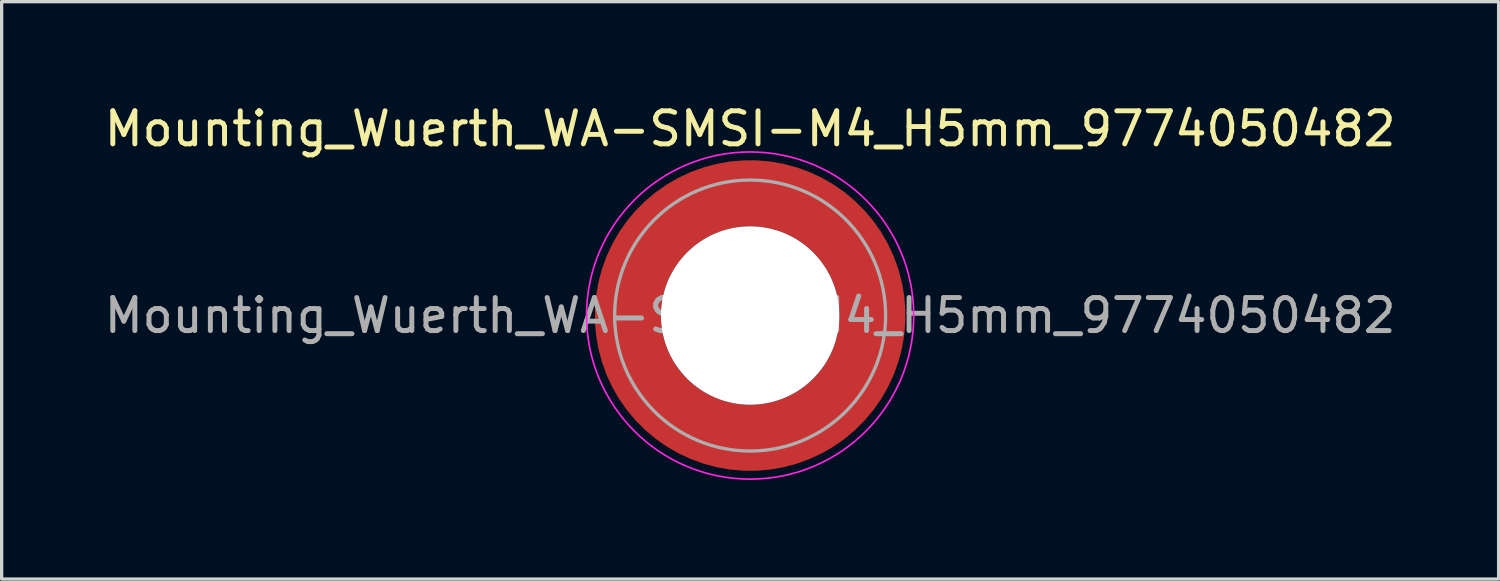
<source format=kicad_pcb>
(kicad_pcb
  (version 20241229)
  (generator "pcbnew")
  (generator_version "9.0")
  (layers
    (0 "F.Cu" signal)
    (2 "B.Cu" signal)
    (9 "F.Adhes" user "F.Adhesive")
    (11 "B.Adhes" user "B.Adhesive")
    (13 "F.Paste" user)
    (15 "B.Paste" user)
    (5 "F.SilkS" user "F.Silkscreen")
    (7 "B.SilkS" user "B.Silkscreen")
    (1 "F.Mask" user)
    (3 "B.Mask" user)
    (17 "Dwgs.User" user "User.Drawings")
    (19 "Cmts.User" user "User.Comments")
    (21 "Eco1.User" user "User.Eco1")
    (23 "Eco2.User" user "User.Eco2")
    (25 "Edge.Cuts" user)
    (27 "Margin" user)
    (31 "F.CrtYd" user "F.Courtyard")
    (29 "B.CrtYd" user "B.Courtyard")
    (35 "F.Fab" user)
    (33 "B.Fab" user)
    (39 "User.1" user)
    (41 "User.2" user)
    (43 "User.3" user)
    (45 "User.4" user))
  (footprint "Mounting_Wuerth_WA-SMSI-M4_H5mm_9774050482"
    (layer "F.Cu")
    (at 19.649 6.498)
    (property "Reference" "Mounting_Wuerth_WA-SMSI-M4_H5mm_9774050482" (at 0 -5.65 0) (layer "F.SilkS") (effects (font (size 1 1) (thickness 0.15))))
    (attr smd allow_soldermask_bridges)
    (fp_circle (center 0 0) (end 4.95 0) (stroke (width 0.05) (type solid)) (fill no) (layer "F.CrtYd"))
    (fp_circle (center 0 0) (end 4.1 0) (stroke (width 0.1) (type solid)) (fill no) (layer "F.Fab"))
    (fp_text user "${REFERENCE}" (at 0 0 0) (layer "F.Fab") (effects (font (size 1 1) (thickness 0.15))))
    (pad "" smd custom (at -2.607 -2.607) (size 0.948 0.948) (layers "F.Paste") (options (anchor circle)) (primitives (gr_arc (start -0.188183 2.107456) (mid 0.599273 0.599273) (end 2.107456 -0.188183) (width 0.2)) (gr_arc (start -0.289416 2.107456) (mid 0.52877 0.52877) (end 2.107456 -0.289416) (width 0.2)) (gr_arc (start -0.390547 2.107456) (mid 0.458268 0.458268) (end 2.107456 -0.390547) (width 0.2)) (gr_arc (start -0.491585 2.107456) (mid 0.387765 0.387765) (end 2.107456 -0.491585) (width 0.2)) (gr_arc (start -0.59254 2.107456) (mid 0.317262 0.317262) (end 2.107456 -0.59254) (width 0.2)) (gr_arc (start -0.693419 2.107456) (mid 0.246759 0.246759) (end 2.107456 -0.693419) (width 0.2)) (gr_arc (start -0.794229 2.107456) (mid 0.176257 0.176257) (end 2.107456 -0.794229) (width 0.2)) (gr_arc (start -0.894975 2.107456) (mid 0.105754 0.105754) (end 2.107456 -0.894975) (width 0.2)) (gr_arc (start -0.995664 2.107456) (mid 0.035251 0.035251) (end 2.107456 -0.995664) (width 0.2)) (gr_arc (start -1.0963 2.107456) (mid -0.035251 -0.035251) (end 2.107456 -1.0963) (width 0.2)) (gr_arc (start -1.196886 2.107456) (mid -0.105754 -0.105754) (end 2.107456 -1.196886) (width 0.2)) (gr_arc (start -1.297427 2.107456) (mid -0.176257 -0.176257) (end 2.107456 -1.297427) (width 0.2)) (gr_arc (start -1.397927 2.107456) (mid -0.246759 -0.246759) (end 2.107456 -1.397927) (width 0.2)) (gr_arc (start -1.498388 2.107456) (mid -0.317262 -0.317262) (end 2.107456 -1.498388) (width 0.2)) (gr_arc (start -1.598813 2.107456) (mid -0.387765 -0.387765) (end 2.107456 -1.598813) (width 0.2)) (gr_arc (start -1.699204 2.107456) (mid -0.458268 -0.458268) (end 2.107456 -1.699204) (width 0.2)) (gr_arc (start -1.799565 2.107456) (mid -0.52877 -0.52877) (end 2.107456 -1.799565) (width 0.2)) (gr_arc (start -1.899896 2.107456) (mid -0.599273 -0.599273) (end 2.107456 -1.899896) (width 0.2)) (gr_arc (start -1.899896 2.107456) (mid -0.599273 -0.599273) (end 2.107456 -1.899896) (width 0.2)) (gr_line (start 2.107 -0.188) (end 2.107 -1.9) (width 0.2)) (gr_line (start -0.188 2.107) (end -1.9 2.107) (width 0.2))))
    (pad "" smd custom (at -2.607 2.607) (size 0.948 0.948) (layers "F.Paste") (options (anchor circle)) (primitives (gr_arc (start 2.107456 0.188183) (mid 0.599273 -0.599273) (end -0.188183 -2.107456) (width 0.2)) (gr_arc (start 2.107456 0.289416) (mid 0.52877 -0.52877) (end -0.289416 -2.107456) (width 0.2)) (gr_arc (start 2.107456 0.390547) (mid 0.458268 -0.458268) (end -0.390547 -2.107456) (width 0.2)) (gr_arc (start 2.107456 0.491585) (mid 0.387765 -0.387765) (end -0.491585 -2.107456) (width 0.2)) (gr_arc (start 2.107456 0.59254) (mid 0.317262 -0.317262) (end -0.59254 -2.107456) (width 0.2)) (gr_arc (start 2.107456 0.693419) (mid 0.246759 -0.246759) (end -0.693419 -2.107456) (width 0.2)) (gr_arc (start 2.107456 0.794229) (mid 0.176257 -0.176257) (end -0.794229 -2.107456) (width 0.2)) (gr_arc (start 2.107456 0.894975) (mid 0.105754 -0.105754) (end -0.894975 -2.107456) (width 0.2)) (gr_arc (start 2.107456 0.995664) (mid 0.035251 -0.035251) (end -0.995664 -2.107456) (width 0.2)) (gr_arc (start 2.107456 1.0963) (mid -0.035251 0.035251) (end -1.0963 -2.107456) (width 0.2)) (gr_arc (start 2.107456 1.196886) (mid -0.105754 0.105754) (end -1.196886 -2.107456) (width 0.2)) (gr_arc (start 2.107456 1.297427) (mid -0.176257 0.176257) (end -1.297427 -2.107456) (width 0.2)) (gr_arc (start 2.107456 1.397927) (mid -0.246759 0.246759) (end -1.397927 -2.107456) (width 0.2)) (gr_arc (start 2.107456 1.498388) (mid -0.317262 0.317262) (end -1.498388 -2.107456) (width 0.2)) (gr_arc (start 2.107456 1.598813) (mid -0.387765 0.387765) (end -1.598813 -2.107456) (width 0.2)) (gr_arc (start 2.107456 1.699204) (mid -0.458268 0.458268) (end -1.699204 -2.107456) (width 0.2)) (gr_arc (start 2.107456 1.799565) (mid -0.52877 0.52877) (end -1.799565 -2.107456) (width 0.2)) (gr_arc (start 2.107456 1.899896) (mid -0.599273 0.599273) (end -1.899896 -2.107456) (width 0.2)) (gr_arc (start 2.107456 1.899896) (mid -0.599273 0.599273) (end -1.899896 -2.107456) (width 0.2)) (gr_line (start -0.188 -2.107) (end -1.9 -2.107) (width 0.2)) (gr_line (start 2.107 0.188) (end 2.107 1.9) (width 0.2))))
    (pad "" np_thru_hole circle (at 0 0) (size 5.4 5.4) (drill 5.4) (layers "*.Cu" "*.Mask"))
    (pad "" smd custom (at 2.607 -2.607) (size 0.948 0.948) (layers "F.Paste") (options (anchor circle)) (primitives (gr_arc (start -2.107456 -0.188183) (mid -0.599273 0.599273) (end 0.188183 2.107456) (width 0.2)) (gr_arc (start -2.107456 -0.289416) (mid -0.52877 0.52877) (end 0.289416 2.107456) (width 0.2)) (gr_arc (start -2.107456 -0.390547) (mid -0.458268 0.458268) (end 0.390547 2.107456) (width 0.2)) (gr_arc (start -2.107456 -0.491585) (mid -0.387765 0.387765) (end 0.491585 2.107456) (width 0.2)) (gr_arc (start -2.107456 -0.59254) (mid -0.317262 0.317262) (end 0.59254 2.107456) (width 0.2)) (gr_arc (start -2.107456 -0.693419) (mid -0.246759 0.246759) (end 0.693419 2.107456) (width 0.2)) (gr_arc (start -2.107456 -0.794229) (mid -0.176257 0.176257) (end 0.794229 2.107456) (width 0.2)) (gr_arc (start -2.107456 -0.894975) (mid -0.105754 0.105754) (end 0.894975 2.107456) (width 0.2)) (gr_arc (start -2.107456 -0.995664) (mid -0.035251 0.035251) (end 0.995664 2.107456) (width 0.2)) (gr_arc (start -2.107456 -1.0963) (mid 0.035251 -0.035251) (end 1.0963 2.107456) (width 0.2)) (gr_arc (start -2.107456 -1.196886) (mid 0.105754 -0.105754) (end 1.196886 2.107456) (width 0.2)) (gr_arc (start -2.107456 -1.297427) (mid 0.176257 -0.176257) (end 1.297427 2.107456) (width 0.2)) (gr_arc (start -2.107456 -1.397927) (mid 0.246759 -0.246759) (end 1.397927 2.107456) (width 0.2)) (gr_arc (start -2.107456 -1.498388) (mid 0.317262 -0.317262) (end 1.498388 2.107456) (width 0.2)) (gr_arc (start -2.107456 -1.598813) (mid 0.387765 -0.387765) (end 1.598813 2.107456) (width 0.2)) (gr_arc (start -2.107456 -1.699204) (mid 0.458268 -0.458268) (end 1.699204 2.107456) (width 0.2)) (gr_arc (start -2.107456 -1.799565) (mid 0.52877 -0.52877) (end 1.799565 2.107456) (width 0.2)) (gr_arc (start -2.107456 -1.899896) (mid 0.599273 -0.599273) (end 1.899896 2.107456) (width 0.2)) (gr_arc (start -2.107456 -1.899896) (mid 0.599273 -0.599273) (end 1.899896 2.107456) (width 0.2)) (gr_line (start 0.188 2.107) (end 1.9 2.107) (width 0.2)) (gr_line (start -2.107 -0.188) (end -2.107 -1.9) (width 0.2))))
    (pad "" smd custom (at 2.607 2.607) (size 0.948 0.948) (layers "F.Paste") (options (anchor circle)) (primitives (gr_arc (start 0.188183 -2.107456) (mid -0.599273 -0.599273) (end -2.107456 0.188183) (width 0.2)) (gr_arc (start 0.289416 -2.107456) (mid -0.52877 -0.52877) (end -2.107456 0.289416) (width 0.2)) (gr_arc (start 0.390547 -2.107456) (mid -0.458268 -0.458268) (end -2.107456 0.390547) (width 0.2)) (gr_arc (start 0.491585 -2.107456) (mid -0.387765 -0.387765) (end -2.107456 0.491585) (width 0.2)) (gr_arc (start 0.59254 -2.107456) (mid -0.317262 -0.317262) (end -2.107456 0.59254) (width 0.2)) (gr_arc (start 0.693419 -2.107456) (mid -0.246759 -0.246759) (end -2.107456 0.693419) (width 0.2)) (gr_arc (start 0.794229 -2.107456) (mid -0.176257 -0.176257) (end -2.107456 0.794229) (width 0.2)) (gr_arc (start 0.894975 -2.107456) (mid -0.105754 -0.105754) (end -2.107456 0.894975) (width 0.2)) (gr_arc (start 0.995664 -2.107456) (mid -0.035251 -0.035251) (end -2.107456 0.995664) (width 0.2)) (gr_arc (start 1.0963 -2.107456) (mid 0.035251 0.035251) (end -2.107456 1.0963) (width 0.2)) (gr_arc (start 1.196886 -2.107456) (mid 0.105754 0.105754) (end -2.107456 1.196886) (width 0.2)) (gr_arc (start 1.297427 -2.107456) (mid 0.176257 0.176257) (end -2.107456 1.297427) (width 0.2)) (gr_arc (start 1.397927 -2.107456) (mid 0.246759 0.246759) (end -2.107456 1.397927) (width 0.2)) (gr_arc (start 1.498388 -2.107456) (mid 0.317262 0.317262) (end -2.107456 1.498388) (width 0.2)) (gr_arc (start 1.598813 -2.107456) (mid 0.387765 0.387765) (end -2.107456 1.598813) (width 0.2)) (gr_arc (start 1.699204 -2.107456) (mid 0.458268 0.458268) (end -2.107456 1.699204) (width 0.2)) (gr_arc (start 1.799565 -2.107456) (mid 0.52877 0.52877) (end -2.107456 1.799565) (width 0.2)) (gr_arc (start 1.899896 -2.107456) (mid 0.599273 0.599273) (end -2.107456 1.899896) (width 0.2)) (gr_arc (start 1.899896 -2.107456) (mid 0.599273 0.599273) (end -2.107456 1.899896) (width 0.2)) (gr_line (start -2.107 0.188) (end -2.107 1.9) (width 0.2)) (gr_line (start 0.188 -2.107) (end 1.9 -2.107) (width 0.2))))
    (pad "1" smd circle (at -3.7 0) (size 1.492 1.492) (layers "F.Cu"))
    (pad "1" smd circle (at 0 -3.7) (size 1.492 1.492) (layers "F.Cu"))
    (pad "1" smd circle (at 0 3.7) (size 1.492 1.492) (layers "F.Cu"))
    (pad "1" smd custom (at 3.7 0) (size 2 2) (layers "F.Cu" "F.Mask") (options (anchor circle)) (primitives (gr_circle (center -3.7 0) (end 0 0) (width 2) (fill no)))))
  (gr_rect
    (start -3 -3)
    (end 42.298 14.473)
    (stroke (width 0.1) (type default))
    (fill no)
    (layer "Edge.Cuts")))
</source>
